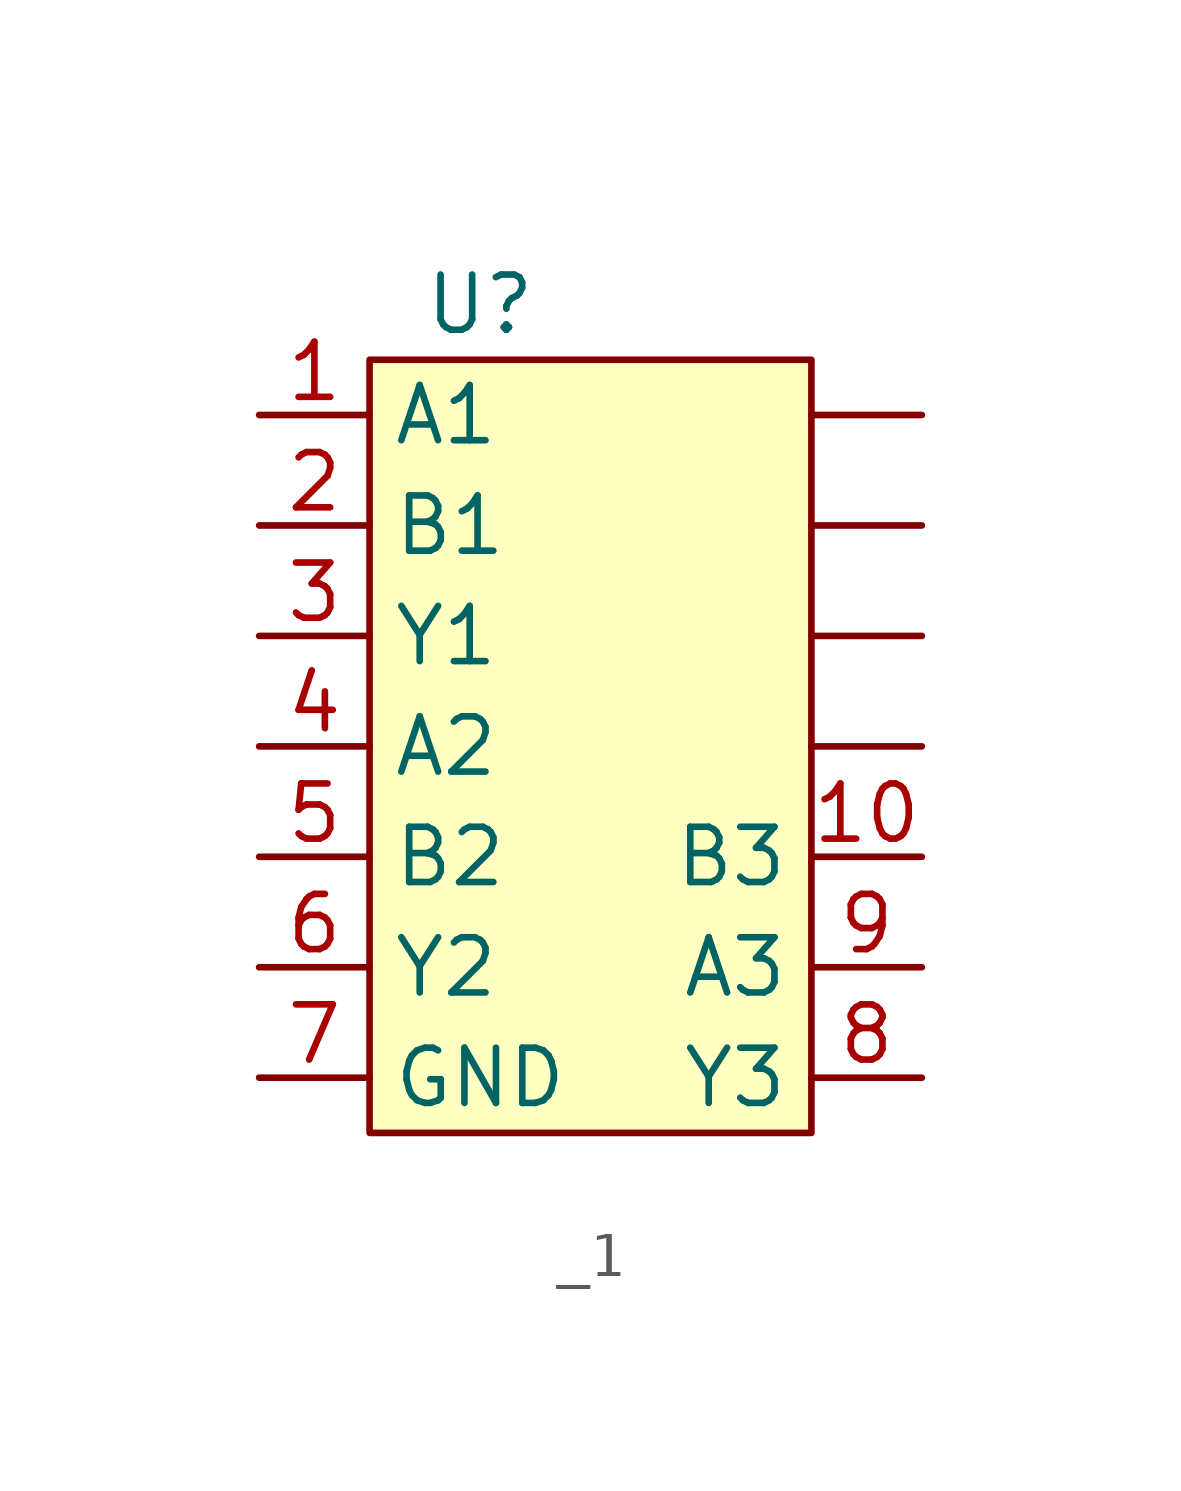
<source format=kicad_sym>
(kicad_symbol_lib
  (version 20241209)
  (generator "kicad_symbol_editor")
  (generator_version "9.0")
  (symbol "_1"
    (property "Reference" "U"
      (at 0 0 0)
      (effects (font (size 1.27 1.27))))
    (property "Value" ""
      (at 0 0 0)
      (effects (font (size 1.27 1.27))))
    (symbol "_1_1_1"
      (rectangle (start -2.54 -1.27) (end 7.62 -19.05) (stroke (width 0) (type solid)) (fill (type color) (color 255 255 194 1)))
      (pin passive line (at -5.08 -2.54 0) (length 2.54) (name "A1" (effects (font (size 1.27 1.27)))) (number "1" (effects (font (size 1.27 1.27)))))
      (pin passive line (at -5.08 -5.08 0) (length 2.54) (name "B1" (effects (font (size 1.27 1.27)))) (number "2" (effects (font (size 1.27 1.27)))))
      (pin passive line (at -5.08 -7.62 0) (length 2.54) (name "Y1" (effects (font (size 1.27 1.27)))) (number "3" (effects (font (size 1.27 1.27)))))
      (pin passive line (at -5.08 -10.16 0) (length 2.54) (name "A2" (effects (font (size 1.27 1.27)))) (number "4" (effects (font (size 1.27 1.27)))))
      (pin passive line (at -5.08 -12.7 0) (length 2.54) (name "B2" (effects (font (size 1.27 1.27)))) (number "5" (effects (font (size 1.27 1.27)))))
      (pin passive line (at -5.08 -15.24 0) (length 2.54) (name "Y2" (effects (font (size 1.27 1.27)))) (number "6" (effects (font (size 1.27 1.27)))))
      (pin passive line (at -5.08 -17.78 0) (length 2.54) (name "GND" (effects (font (size 1.27 1.27)))) (number "7" (effects (font (size 1.27 1.27)))))
      (pin passive line (at 10.16 -2.54 180) (length 2.54) (name "" (effects (font (size 1.27 1.27)))) (number "" (effects (font (size 1.27 1.27)))))
      (pin passive line (at 10.16 -5.08 180) (length 2.54) (name "" (effects (font (size 1.27 1.27)))) (number "" (effects (font (size 1.27 1.27)))))
      (pin passive line (at 10.16 -7.62 180) (length 2.54) (name "" (effects (font (size 1.27 1.27)))) (number "" (effects (font (size 1.27 1.27)))))
      (pin passive line (at 10.16 -10.16 180) (length 2.54) (name "" (effects (font (size 1.27 1.27)))) (number "" (effects (font (size 1.27 1.27)))))
      (pin passive line (at 10.16 -12.7 180) (length 2.54) (name "B3" (effects (font (size 1.27 1.27)))) (number "10" (effects (font (size 1.27 1.27)))))
      (pin passive line (at 10.16 -15.24 180) (length 2.54) (name "A3" (effects (font (size 1.27 1.27)))) (number "9" (effects (font (size 1.27 1.27)))))
      (pin passive line (at 10.16 -17.78 180) (length 2.54) (name "Y3" (effects (font (size 1.27 1.27)))) (number "8" (effects (font (size 1.27 1.27))))))))
</source>
